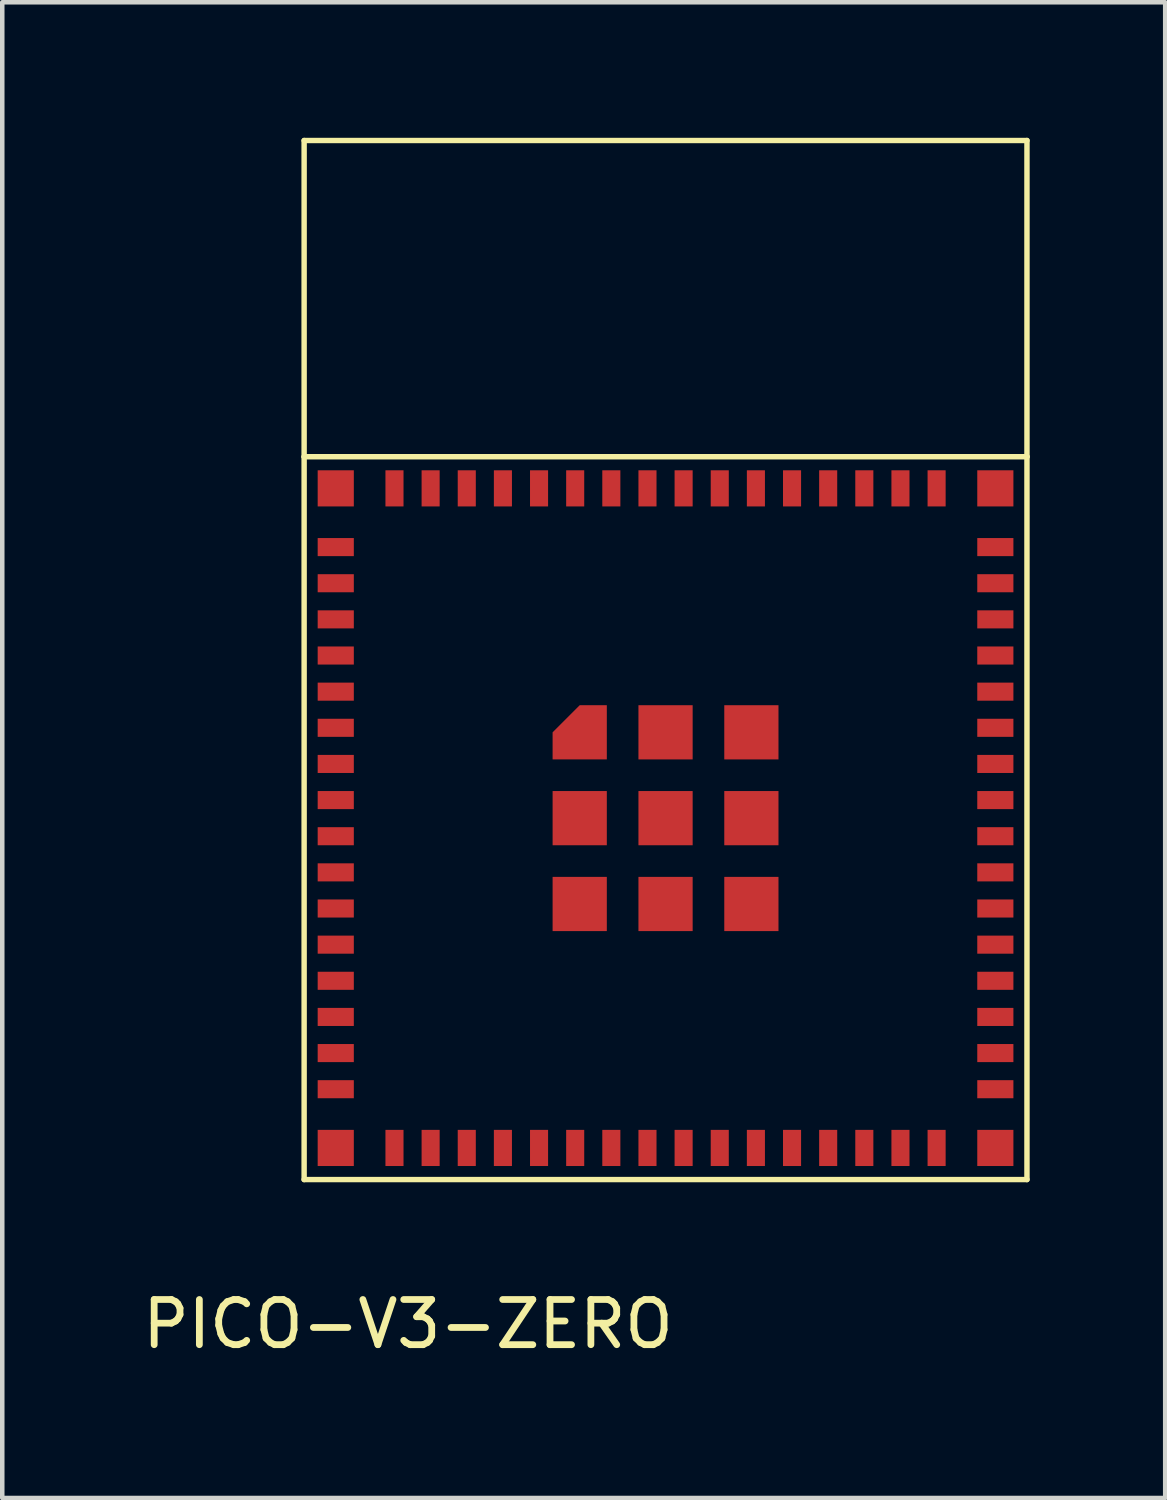
<source format=kicad_pcb>
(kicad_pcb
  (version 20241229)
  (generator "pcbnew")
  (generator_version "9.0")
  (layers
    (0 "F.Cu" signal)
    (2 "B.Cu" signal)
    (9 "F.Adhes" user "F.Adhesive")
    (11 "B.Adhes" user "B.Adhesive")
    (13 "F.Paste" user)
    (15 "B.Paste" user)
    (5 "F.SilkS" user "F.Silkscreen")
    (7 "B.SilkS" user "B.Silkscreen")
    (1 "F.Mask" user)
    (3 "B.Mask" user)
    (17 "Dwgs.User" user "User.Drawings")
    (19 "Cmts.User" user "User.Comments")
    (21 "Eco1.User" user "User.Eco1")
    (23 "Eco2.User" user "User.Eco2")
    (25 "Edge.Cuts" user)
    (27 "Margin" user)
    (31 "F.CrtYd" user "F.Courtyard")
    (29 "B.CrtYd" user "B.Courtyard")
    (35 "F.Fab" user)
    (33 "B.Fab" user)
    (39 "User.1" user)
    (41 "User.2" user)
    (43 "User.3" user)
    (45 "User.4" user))
  (footprint "PICO-V3-ZERO"
    (layer "F.Cu")
    (at 11.682 15.06)
    (property "Reference" "PICO-V3-ZERO" (at -5.7 11.2 0) (layer "F.SilkS") (effects (font (size 1 1) (thickness 0.15))))
    (attr smd)
    (fp_line (start -8 -15) (end 8 -15) (stroke (width 0.12) (type solid)) (layer "F.SilkS"))
    (fp_line (start -8 -8) (end -8 -15) (stroke (width 0.12) (type solid)) (layer "F.SilkS"))
    (fp_line (start -8 -8) (end 8 -8) (stroke (width 0.12) (type solid)) (layer "F.SilkS"))
    (fp_line (start -8 8) (end -8 -8) (stroke (width 0.12) (type solid)) (layer "F.SilkS"))
    (fp_line (start 8 -15) (end 8 -8) (stroke (width 0.12) (type solid)) (layer "F.SilkS"))
    (fp_line (start 8 -8) (end 8 8) (stroke (width 0.12) (type solid)) (layer "F.SilkS"))
    (fp_line (start 8 8) (end -8 8) (stroke (width 0.12) (type solid)) (layer "F.SilkS"))
    (pad "1" smd rect (at -7.3 -6 90) (size 0.4 0.8) (layers "F.Cu" "F.Mask" "F.Paste"))
    (pad "2" smd rect (at -7.3 -5.2 90) (size 0.4 0.8) (layers "F.Cu" "F.Mask" "F.Paste"))
    (pad "3" smd rect (at -7.3 -4.4 90) (size 0.4 0.8) (layers "F.Cu" "F.Mask" "F.Paste"))
    (pad "4" smd rect (at -7.3 -3.6 90) (size 0.4 0.8) (layers "F.Cu" "F.Mask" "F.Paste"))
    (pad "5" smd rect (at -7.3 -2.8 90) (size 0.4 0.8) (layers "F.Cu" "F.Mask" "F.Paste"))
    (pad "6" smd rect (at -7.3 -2 90) (size 0.4 0.8) (layers "F.Cu" "F.Mask" "F.Paste"))
    (pad "7" smd rect (at -7.3 -1.2 90) (size 0.4 0.8) (layers "F.Cu" "F.Mask" "F.Paste"))
    (pad "8" smd rect (at -7.3 -0.4 90) (size 0.4 0.8) (layers "F.Cu" "F.Mask" "F.Paste"))
    (pad "9" smd rect (at -7.3 0.4 90) (size 0.4 0.8) (layers "F.Cu" "F.Mask" "F.Paste"))
    (pad "10" smd rect (at -7.3 1.2 90) (size 0.4 0.8) (layers "F.Cu" "F.Mask" "F.Paste"))
    (pad "11" smd rect (at -7.3 2 90) (size 0.4 0.8) (layers "F.Cu" "F.Mask" "F.Paste"))
    (pad "12" smd rect (at -7.3 2.8 90) (size 0.4 0.8) (layers "F.Cu" "F.Mask" "F.Paste"))
    (pad "13" smd rect (at -7.3 3.6 90) (size 0.4 0.8) (layers "F.Cu" "F.Mask" "F.Paste"))
    (pad "14" smd rect (at -7.3 4.4 90) (size 0.4 0.8) (layers "F.Cu" "F.Mask" "F.Paste"))
    (pad "15" smd rect (at -7.3 5.2 90) (size 0.4 0.8) (layers "F.Cu" "F.Mask" "F.Paste"))
    (pad "16" smd rect (at -7.3 6 90) (size 0.4 0.8) (layers "F.Cu" "F.Mask" "F.Paste"))
    (pad "17" smd rect (at -6 7.3 180) (size 0.4 0.8) (layers "F.Cu" "F.Mask" "F.Paste"))
    (pad "18" smd rect (at -5.2 7.3 180) (size 0.4 0.8) (layers "F.Cu" "F.Mask" "F.Paste"))
    (pad "19" smd rect (at -4.4 7.3 180) (size 0.4 0.8) (layers "F.Cu" "F.Mask" "F.Paste"))
    (pad "20" smd rect (at -3.6 7.3 180) (size 0.4 0.8) (layers "F.Cu" "F.Mask" "F.Paste"))
    (pad "21" smd rect (at -2.8 7.3 180) (size 0.4 0.8) (layers "F.Cu" "F.Mask" "F.Paste"))
    (pad "22" smd rect (at -2 7.3 180) (size 0.4 0.8) (layers "F.Cu" "F.Mask" "F.Paste"))
    (pad "23" smd rect (at -1.2 7.3 180) (size 0.4 0.8) (layers "F.Cu" "F.Mask" "F.Paste"))
    (pad "24" smd rect (at -0.4 7.3 180) (size 0.4 0.8) (layers "F.Cu" "F.Mask" "F.Paste"))
    (pad "25" smd rect (at 0.4 7.3 180) (size 0.4 0.8) (layers "F.Cu" "F.Mask" "F.Paste"))
    (pad "26" smd rect (at 1.2 7.3 180) (size 0.4 0.8) (layers "F.Cu" "F.Mask" "F.Paste"))
    (pad "27" smd rect (at 2 7.3 180) (size 0.4 0.8) (layers "F.Cu" "F.Mask" "F.Paste"))
    (pad "28" smd rect (at 2.8 7.3 180) (size 0.4 0.8) (layers "F.Cu" "F.Mask" "F.Paste"))
    (pad "29" smd rect (at 3.6 7.3 180) (size 0.4 0.8) (layers "F.Cu" "F.Mask" "F.Paste"))
    (pad "30" smd rect (at 4.4 7.3 180) (size 0.4 0.8) (layers "F.Cu" "F.Mask" "F.Paste"))
    (pad "31" smd rect (at 5.2 7.3 180) (size 0.4 0.8) (layers "F.Cu" "F.Mask" "F.Paste"))
    (pad "32" smd rect (at 6 7.3 180) (size 0.4 0.8) (layers "F.Cu" "F.Mask" "F.Paste"))
    (pad "33" smd rect (at 7.3 6 270) (size 0.4 0.8) (layers "F.Cu" "F.Mask" "F.Paste"))
    (pad "34" smd rect (at 7.3 5.2 270) (size 0.4 0.8) (layers "F.Cu" "F.Mask" "F.Paste"))
    (pad "35" smd rect (at 7.3 4.4 270) (size 0.4 0.8) (layers "F.Cu" "F.Mask" "F.Paste"))
    (pad "36" smd rect (at 7.3 3.6 270) (size 0.4 0.8) (layers "F.Cu" "F.Mask" "F.Paste"))
    (pad "37" smd rect (at 7.3 2.8 270) (size 0.4 0.8) (layers "F.Cu" "F.Mask" "F.Paste"))
    (pad "38" smd rect (at 7.3 2 270) (size 0.4 0.8) (layers "F.Cu" "F.Mask" "F.Paste"))
    (pad "39" smd rect (at 7.3 1.2 270) (size 0.4 0.8) (layers "F.Cu" "F.Mask" "F.Paste"))
    (pad "40" smd rect (at 7.3 0.4 270) (size 0.4 0.8) (layers "F.Cu" "F.Mask" "F.Paste"))
    (pad "41" smd rect (at 7.3 -0.4 270) (size 0.4 0.8) (layers "F.Cu" "F.Mask" "F.Paste"))
    (pad "42" smd rect (at 7.3 -1.2 270) (size 0.4 0.8) (layers "F.Cu" "F.Mask" "F.Paste"))
    (pad "43" smd rect (at 7.3 -2 270) (size 0.4 0.8) (layers "F.Cu" "F.Mask" "F.Paste"))
    (pad "44" smd rect (at 7.3 -2.8 270) (size 0.4 0.8) (layers "F.Cu" "F.Mask" "F.Paste"))
    (pad "45" smd rect (at 7.3 -3.6 270) (size 0.4 0.8) (layers "F.Cu" "F.Mask" "F.Paste"))
    (pad "46" smd rect (at 7.3 -4.4 270) (size 0.4 0.8) (layers "F.Cu" "F.Mask" "F.Paste"))
    (pad "47" smd rect (at 7.3 -5.2 270) (size 0.4 0.8) (layers "F.Cu" "F.Mask" "F.Paste"))
    (pad "48" smd rect (at 7.3 -6 270) (size 0.4 0.8) (layers "F.Cu" "F.Mask" "F.Paste"))
    (pad "49" smd rect (at 6 -7.3) (size 0.4 0.8) (layers "F.Cu" "F.Mask" "F.Paste"))
    (pad "50" smd rect (at 5.2 -7.3) (size 0.4 0.8) (layers "F.Cu" "F.Mask" "F.Paste"))
    (pad "51" smd rect (at 4.4 -7.3) (size 0.4 0.8) (layers "F.Cu" "F.Mask" "F.Paste"))
    (pad "52" smd rect (at 3.6 -7.3) (size 0.4 0.8) (layers "F.Cu" "F.Mask" "F.Paste"))
    (pad "53" smd rect (at 2.8 -7.3) (size 0.4 0.8) (layers "F.Cu" "F.Mask" "F.Paste"))
    (pad "54" smd rect (at 2 -7.3) (size 0.4 0.8) (layers "F.Cu" "F.Mask" "F.Paste"))
    (pad "55" smd rect (at 1.2 -7.3) (size 0.4 0.8) (layers "F.Cu" "F.Mask" "F.Paste"))
    (pad "56" smd rect (at 0.4 -7.3) (size 0.4 0.8) (layers "F.Cu" "F.Mask" "F.Paste"))
    (pad "57" smd rect (at -0.4 -7.3) (size 0.4 0.8) (layers "F.Cu" "F.Mask" "F.Paste"))
    (pad "58" smd rect (at -1.2 -7.3) (size 0.4 0.8) (layers "F.Cu" "F.Mask" "F.Paste"))
    (pad "59" smd rect (at -2 -7.3) (size 0.4 0.8) (layers "F.Cu" "F.Mask" "F.Paste"))
    (pad "60" smd rect (at -2.8 -7.3) (size 0.4 0.8) (layers "F.Cu" "F.Mask" "F.Paste"))
    (pad "61" smd rect (at -3.6 -7.3) (size 0.4 0.8) (layers "F.Cu" "F.Mask" "F.Paste"))
    (pad "62" smd rect (at -4.4 -7.3) (size 0.4 0.8) (layers "F.Cu" "F.Mask" "F.Paste"))
    (pad "63" smd rect (at -5.2 -7.3) (size 0.4 0.8) (layers "F.Cu" "F.Mask" "F.Paste"))
    (pad "64" smd rect (at -6 -7.3) (size 0.4 0.8) (layers "F.Cu" "F.Mask" "F.Paste"))
    (pad "65" smd rect (at -7.3 -7.3) (size 0.8 0.8) (layers "F.Cu" "F.Mask" "F.Paste"))
    (pad "66" smd rect (at -7.3 7.3) (size 0.8 0.8) (layers "F.Cu" "F.Mask" "F.Paste"))
    (pad "67" smd rect (at 7.3 7.3) (size 0.8 0.8) (layers "F.Cu" "F.Mask" "F.Paste"))
    (pad "68" smd rect (at 7.3 -7.3) (size 0.8 0.8) (layers "F.Cu" "F.Mask" "F.Paste"))
    (pad "69" smd custom (at -1.9 -1.9) (size 0.6 0.5) (layers "F.Cu" "F.Mask" "F.Paste") (options (anchor rect)) (primitives (gr_poly (pts (xy 0.6 0.6) (xy -0.6 0.6) (xy -0.6 0) (xy 0 -0.6) (xy 0.6 -0.6)) (width 0.0001) (fill yes))))
    (pad "70" smd rect (at 0 -1.9) (size 1.2 1.2) (layers "F.Cu" "F.Mask" "F.Paste"))
    (pad "71" smd rect (at 1.9 -1.9) (size 1.2 1.2) (layers "F.Cu" "F.Mask" "F.Paste"))
    (pad "72" smd rect (at -1.9 0) (size 1.2 1.2) (layers "F.Cu" "F.Mask" "F.Paste"))
    (pad "73" smd rect (at 0 0) (size 1.2 1.2) (layers "F.Cu" "F.Mask" "F.Paste"))
    (pad "74" smd rect (at 1.9 0) (size 1.2 1.2) (layers "F.Cu" "F.Mask" "F.Paste"))
    (pad "75" smd rect (at -1.9 1.9) (size 1.2 1.2) (layers "F.Cu" "F.Mask" "F.Paste"))
    (pad "76" smd rect (at 0 1.9) (size 1.2 1.2) (layers "F.Cu" "F.Mask" "F.Paste"))
    (pad "77" smd rect (at 1.9 1.9) (size 1.2 1.2) (layers "F.Cu" "F.Mask" "F.Paste")))
  (gr_rect
    (start -3 -3)
    (end 22.742 30.108)
    (stroke (width 0.1) (type default))
    (fill no)
    (layer "Edge.Cuts")))
</source>
